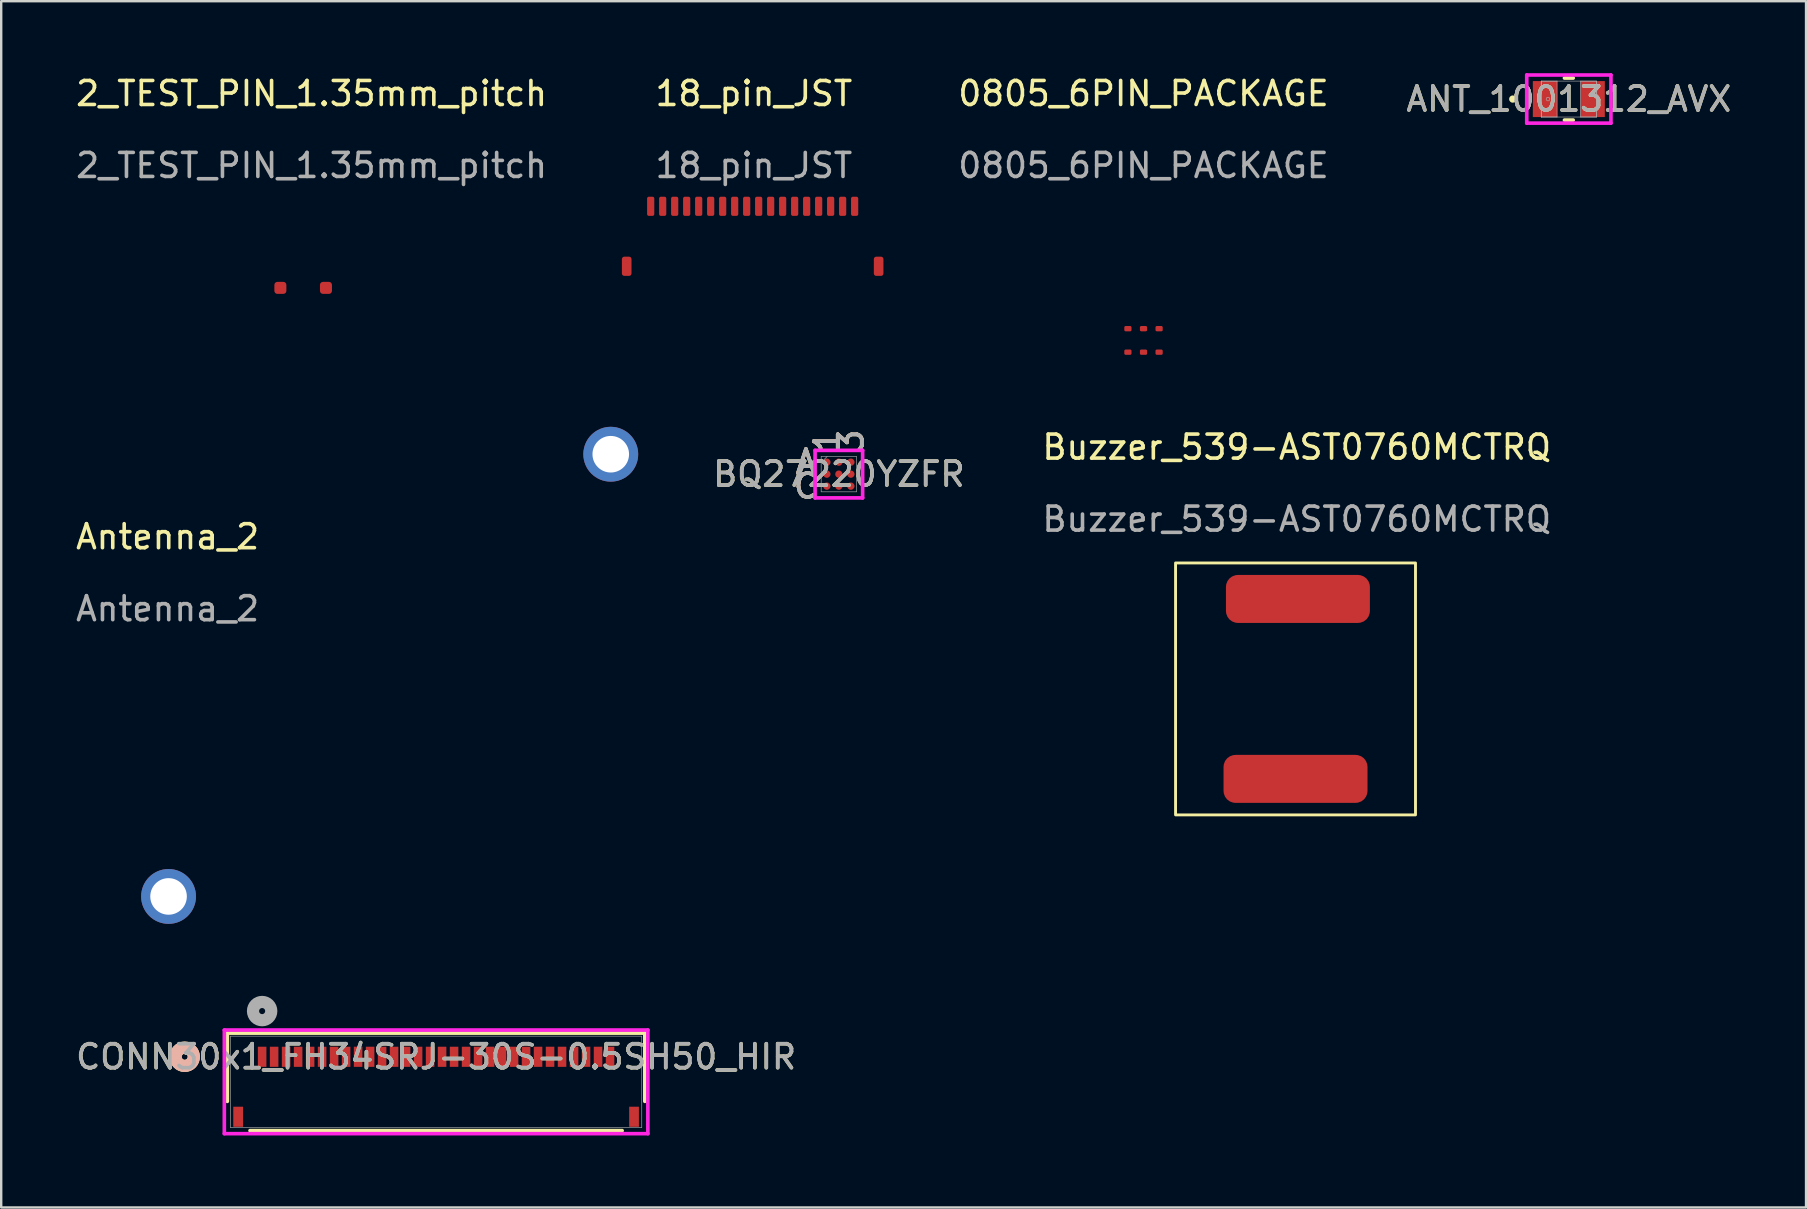
<source format=kicad_pcb>
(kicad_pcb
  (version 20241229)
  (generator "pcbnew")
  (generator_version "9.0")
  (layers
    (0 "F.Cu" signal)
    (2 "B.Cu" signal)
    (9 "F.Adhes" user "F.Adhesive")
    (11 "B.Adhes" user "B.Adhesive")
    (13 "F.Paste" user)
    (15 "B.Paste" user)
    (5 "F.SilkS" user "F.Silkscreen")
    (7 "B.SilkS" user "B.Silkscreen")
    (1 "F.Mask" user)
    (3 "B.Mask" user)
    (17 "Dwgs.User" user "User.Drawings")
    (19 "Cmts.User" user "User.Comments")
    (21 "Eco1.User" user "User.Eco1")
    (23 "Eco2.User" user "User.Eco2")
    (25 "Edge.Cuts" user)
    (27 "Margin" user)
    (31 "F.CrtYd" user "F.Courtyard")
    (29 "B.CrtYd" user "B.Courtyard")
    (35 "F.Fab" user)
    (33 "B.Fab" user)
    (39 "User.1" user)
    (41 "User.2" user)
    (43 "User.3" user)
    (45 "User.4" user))
  (footprint "Buzzer_539-AST0760MCTRQ"
    (layer "F.Cu")
    (at 50.944 25.912)
    (property "Reference" "Buzzer_539-AST0760MCTRQ" (at 0.05 -10.325 0) (unlocked yes) (layer "F.SilkS") (effects (font (size 1 1) (thickness 0.15))))
    (attr smd)
    (fp_rect (start -5 -5.5) (end 5 5) (stroke (width 0.12) (type default)) (fill no) (layer "F.SilkS"))
    (fp_text user "${REFERENCE}" (at 0.05 -7.325 0) (unlocked yes) (layer "F.Fab") (effects (font (size 1 1) (thickness 0.15))))
    (pad "1" smd roundrect (at 0.1 -4) (size 6 2) (layers "F.Cu" "F.Mask" "F.Paste") (roundrect_rratio 0.25))
    (pad "2" smd roundrect (at 0 3.5) (size 6 2) (layers "F.Cu" "F.Mask" "F.Paste") (roundrect_rratio 0.25)))
  (footprint "Antenna_2"
    (layer "F.Cu")
    (at 3.975 34.311)
    (property "Reference" "Antenna_2" (at -0.04 -14.99 0) (unlocked yes) (layer "F.SilkS") (effects (font (size 1 1) (thickness 0.15))))
    (attr through_hole)
    (fp_text user "${REFERENCE}" (at -0.04 -11.99 0) (unlocked yes) (layer "F.Fab") (effects (font (size 1 1) (thickness 0.15))))
    (pad "1" thru_hole circle (at 18.43 -18.43) (size 2.286 2.286) (drill 1.524) (layers "*.Cu" "*.Mask"))
    (pad "2" thru_hole circle (at 0 0) (size 2.286 2.286) (drill 1.524) (layers "*.Cu" "*.Mask")))
  (footprint "CONN30x1_FH34SRJ-30S-0.5SH50_HIR"
    (layer "F.Cu")
    (at 15.125 42.039)
    (property "Reference" "CONN30x1_FH34SRJ-30S-0.5SH50_HIR" (at 0 -1.045 0) (unlocked yes) (layer "F.SilkS") (effects (font (size 1 1) (thickness 0.15))))
    (attr smd)
    (fp_line (start -8.7 -2.032) (end -8.7 0.812) (stroke (width 0.152) (type solid)) (layer "F.SilkS"))
    (fp_line (start -7.754 2.032) (end 7.754 2.032) (stroke (width 0.152) (type solid)) (layer "F.SilkS"))
    (fp_line (start 8.7 -2.032) (end -8.7 -2.032) (stroke (width 0.152) (type solid)) (layer "F.SilkS"))
    (fp_line (start 8.7 0.812) (end 8.7 -2.032) (stroke (width 0.152) (type solid)) (layer "F.SilkS"))
    (fp_circle (center -10.477 -1.045) (end -10.097 -1.045) (stroke (width 0.508) (type solid)) (fill no) (layer "F.SilkS"))
    (fp_circle (center -10.477 -1.045) (end -10.097 -1.045) (stroke (width 0.508) (type solid)) (fill no) (layer "B.SilkS"))
    (fp_line (start -8.826 -2.159) (end -8.826 2.159) (stroke (width 0.152) (type solid)) (layer "F.CrtYd"))
    (fp_line (start -8.826 2.159) (end 8.826 2.159) (stroke (width 0.152) (type solid)) (layer "F.CrtYd"))
    (fp_line (start 8.826 -2.159) (end -8.826 -2.159) (stroke (width 0.152) (type solid)) (layer "F.CrtYd"))
    (fp_line (start 8.826 2.159) (end 8.826 -2.159) (stroke (width 0.152) (type solid)) (layer "F.CrtYd"))
    (fp_line (start -8.572 -1.905) (end -8.572 1.905) (stroke (width 0.025) (type solid)) (layer "F.Fab"))
    (fp_line (start -8.572 1.905) (end 8.572 1.905) (stroke (width 0.025) (type solid)) (layer "F.Fab"))
    (fp_line (start 8.572 -1.905) (end -8.572 -1.905) (stroke (width 0.025) (type solid)) (layer "F.Fab"))
    (fp_line (start 8.572 1.905) (end 8.572 -1.905) (stroke (width 0.025) (type solid)) (layer "F.Fab"))
    (fp_circle (center -7.25 -2.95) (end -6.869 -2.95) (stroke (width 0.508) (type solid)) (fill no) (layer "F.Fab"))
    (fp_text user "${REFERENCE}" (at 0 -1.045 0) (unlocked yes) (layer "F.Fab") (effects (font (size 1 1) (thickness 0.15))))
    (pad "1" smd rect (at -7.25 -1.045) (size 0.356 0.838) (layers "F.Cu" "F.Mask" "F.Paste"))
    (pad "2" smd rect (at -6.75 -1.045) (size 0.356 0.838) (layers "F.Cu" "F.Mask" "F.Paste"))
    (pad "3" smd rect (at -6.25 -1.045) (size 0.356 0.838) (layers "F.Cu" "F.Mask" "F.Paste"))
    (pad "4" smd rect (at -5.75 -1.045) (size 0.356 0.838) (layers "F.Cu" "F.Mask" "F.Paste"))
    (pad "5" smd rect (at -5.25 -1.045) (size 0.356 0.838) (layers "F.Cu" "F.Mask" "F.Paste"))
    (pad "6" smd rect (at -4.75 -1.045) (size 0.356 0.838) (layers "F.Cu" "F.Mask" "F.Paste"))
    (pad "7" smd rect (at -4.25 -1.045) (size 0.356 0.838) (layers "F.Cu" "F.Mask" "F.Paste"))
    (pad "8" smd rect (at -3.75 -1.045) (size 0.356 0.838) (layers "F.Cu" "F.Mask" "F.Paste"))
    (pad "9" smd rect (at -3.25 -1.045) (size 0.356 0.838) (layers "F.Cu" "F.Mask" "F.Paste"))
    (pad "10" smd rect (at -2.75 -1.045) (size 0.356 0.838) (layers "F.Cu" "F.Mask" "F.Paste"))
    (pad "11" smd rect (at -2.25 -1.045) (size 0.356 0.838) (layers "F.Cu" "F.Mask" "F.Paste"))
    (pad "12" smd rect (at -1.75 -1.045) (size 0.356 0.838) (layers "F.Cu" "F.Mask" "F.Paste"))
    (pad "13" smd rect (at -1.25 -1.045) (size 0.356 0.838) (layers "F.Cu" "F.Mask" "F.Paste"))
    (pad "14" smd rect (at -0.75 -1.045) (size 0.356 0.838) (layers "F.Cu" "F.Mask" "F.Paste"))
    (pad "15" smd rect (at -0.25 -1.045) (size 0.356 0.838) (layers "F.Cu" "F.Mask" "F.Paste"))
    (pad "16" smd rect (at 0.25 -1.045) (size 0.356 0.838) (layers "F.Cu" "F.Mask" "F.Paste"))
    (pad "17" smd rect (at 0.75 -1.045) (size 0.356 0.838) (layers "F.Cu" "F.Mask" "F.Paste"))
    (pad "18" smd rect (at 1.25 -1.045) (size 0.356 0.838) (layers "F.Cu" "F.Mask" "F.Paste"))
    (pad "19" smd rect (at 1.75 -1.045) (size 0.356 0.838) (layers "F.Cu" "F.Mask" "F.Paste"))
    (pad "20" smd rect (at 2.25 -1.045) (size 0.356 0.838) (layers "F.Cu" "F.Mask" "F.Paste"))
    (pad "21" smd rect (at 2.75 -1.045) (size 0.356 0.838) (layers "F.Cu" "F.Mask" "F.Paste"))
    (pad "22" smd rect (at 3.25 -1.045) (size 0.356 0.838) (layers "F.Cu" "F.Mask" "F.Paste"))
    (pad "23" smd rect (at 3.75 -1.045) (size 0.356 0.838) (layers "F.Cu" "F.Mask" "F.Paste"))
    (pad "24" smd rect (at 4.25 -1.045) (size 0.356 0.838) (layers "F.Cu" "F.Mask" "F.Paste"))
    (pad "25" smd rect (at 4.75 -1.045) (size 0.356 0.838) (layers "F.Cu" "F.Mask" "F.Paste"))
    (pad "26" smd rect (at 5.25 -1.045) (size 0.356 0.838) (layers "F.Cu" "F.Mask" "F.Paste"))
    (pad "27" smd rect (at 5.75 -1.045) (size 0.356 0.838) (layers "F.Cu" "F.Mask" "F.Paste"))
    (pad "28" smd rect (at 6.25 -1.045) (size 0.356 0.838) (layers "F.Cu" "F.Mask" "F.Paste"))
    (pad "29" smd rect (at 6.75 -1.045) (size 0.356 0.838) (layers "F.Cu" "F.Mask" "F.Paste"))
    (pad "30" smd rect (at 7.25 -1.045) (size 0.356 0.838) (layers "F.Cu" "F.Mask" "F.Paste"))
    (pad "31" smd rect (at -8.25 1.455) (size 0.406 0.838) (layers "F.Cu" "F.Mask" "F.Paste"))
    (pad "32" smd rect (at 8.25 1.455) (size 0.406 0.838) (layers "F.Cu" "F.Mask" "F.Paste")))
  (footprint "18_pin_JST"
    (layer "F.Cu")
    (at 28.569 5.148)
    (property "Reference" "18_pin_JST" (at -0.2 -4.3 0) (unlocked yes) (layer "F.SilkS") (effects (font (size 1 1) (thickness 0.15))))
    (attr smd)
    (fp_text user "${REFERENCE}" (at -0.2 -1.3 0) (unlocked yes) (layer "F.Fab") (effects (font (size 1 1) (thickness 0.15))))
    (pad "1" smd roundrect (at 4 0.4) (size 0.3 0.8) (layers "F.Cu" "F.Mask" "F.Paste") (roundrect_rratio 0.25))
    (pad "2" smd roundrect (at 3.5 0.4) (size 0.3 0.8) (layers "F.Cu" "F.Mask" "F.Paste") (roundrect_rratio 0.25))
    (pad "3" smd roundrect (at 3 0.4) (size 0.3 0.8) (layers "F.Cu" "F.Mask" "F.Paste") (roundrect_rratio 0.25))
    (pad "4" smd roundrect (at 2.5 0.4) (size 0.3 0.8) (layers "F.Cu" "F.Mask" "F.Paste") (roundrect_rratio 0.25))
    (pad "5" smd roundrect (at 2 0.4) (size 0.3 0.8) (layers "F.Cu" "F.Mask" "F.Paste") (roundrect_rratio 0.25))
    (pad "6" smd roundrect (at 1.5 0.4) (size 0.3 0.8) (layers "F.Cu" "F.Mask" "F.Paste") (roundrect_rratio 0.25))
    (pad "7" smd roundrect (at 1 0.4) (size 0.3 0.8) (layers "F.Cu" "F.Mask" "F.Paste") (roundrect_rratio 0.25))
    (pad "8" smd roundrect (at 0.5 0.4) (size 0.3 0.8) (layers "F.Cu" "F.Mask" "F.Paste") (roundrect_rratio 0.25))
    (pad "9" smd roundrect (at 0 0.4) (size 0.3 0.8) (layers "F.Cu" "F.Mask" "F.Paste") (roundrect_rratio 0.25))
    (pad "10" smd roundrect (at -0.5 0.4) (size 0.3 0.8) (layers "F.Cu" "F.Mask" "F.Paste") (roundrect_rratio 0.25))
    (pad "11" smd roundrect (at -1 0.4) (size 0.3 0.8) (layers "F.Cu" "F.Mask" "F.Paste") (roundrect_rratio 0.25))
    (pad "12" smd roundrect (at -1.5 0.4) (size 0.3 0.8) (layers "F.Cu" "F.Mask" "F.Paste") (roundrect_rratio 0.25))
    (pad "13" smd roundrect (at -2 0.4) (size 0.3 0.8) (layers "F.Cu" "F.Mask" "F.Paste") (roundrect_rratio 0.25))
    (pad "14" smd roundrect (at -2.5 0.4) (size 0.3 0.8) (layers "F.Cu" "F.Mask" "F.Paste") (roundrect_rratio 0.25))
    (pad "15" smd roundrect (at -3 0.4) (size 0.3 0.8) (layers "F.Cu" "F.Mask" "F.Paste") (roundrect_rratio 0.25))
    (pad "16" smd roundrect (at -3.5 0.4) (size 0.3 0.8) (layers "F.Cu" "F.Mask" "F.Paste") (roundrect_rratio 0.25))
    (pad "17" smd roundrect (at -4 0.4) (size 0.3 0.8) (layers "F.Cu" "F.Mask" "F.Paste") (roundrect_rratio 0.25))
    (pad "18" smd roundrect (at -4.5 0.4) (size 0.3 0.8) (layers "F.Cu" "F.Mask" "F.Paste") (roundrect_rratio 0.25))
    (pad "MP1" smd roundrect (at 5 2.9) (size 0.4 0.8) (layers "F.Cu" "F.Mask" "F.Paste") (roundrect_rratio 0.25))
    (pad "MP2" smd roundrect (at -5.5 2.9) (size 0.4 0.8) (layers "F.Cu" "F.Mask" "F.Paste") (roundrect_rratio 0.25)))
  (footprint "2_TEST_PIN_1.35mm_pitch"
    (layer "F.Cu")
    (at 9.635 8.948)
    (property "Reference" "2_TEST_PIN_1.35mm_pitch" (at 0.3 -8.1 0) (unlocked yes) (layer "F.SilkS") (effects (font (size 1 1) (thickness 0.15))))
    (attr smd)
    (fp_text user "${REFERENCE}" (at 0.3 -5.1 0) (unlocked yes) (layer "F.Fab") (effects (font (size 1 1) (thickness 0.15))))
    (pad "1" smd roundrect (at -1 0) (size 0.5 0.5) (layers "F.Cu" "F.Mask" "F.Paste") (roundrect_rratio 0.25))
    (pad "2" smd roundrect (at 0.9 0) (size 0.5 0.5) (layers "F.Cu" "F.Mask" "F.Paste") (roundrect_rratio 0.25)))
  (footprint "ANT_1001312_AVX"
    (layer "F.Cu")
    (at 62.335 1.079)
    (property "Reference" "ANT_1001312_AVX" (at 0 0 0) (unlocked yes) (layer "F.SilkS") (effects (font (size 1 1) (thickness 0.15))))
    (attr smd)
    (fp_line (start -0.182 0.876) (end 0.182 0.876) (stroke (width 0.152) (type solid)) (layer "F.SilkS"))
    (fp_line (start 0.182 -0.876) (end -0.182 -0.876) (stroke (width 0.152) (type solid)) (layer "F.SilkS"))
    (fp_circle (center -2.338 0) (end -2.262 0) (stroke (width 0.152) (type solid)) (fill no) (layer "F.SilkS"))
    (fp_line (start -1.754 -1.003) (end 1.754 -1.003) (stroke (width 0.152) (type solid)) (layer "F.CrtYd"))
    (fp_line (start -1.754 1.003) (end -1.754 -1.003) (stroke (width 0.152) (type solid)) (layer "F.CrtYd"))
    (fp_line (start 1.754 -1.003) (end 1.754 1.003) (stroke (width 0.152) (type solid)) (layer "F.CrtYd"))
    (fp_line (start 1.754 1.003) (end -1.754 1.003) (stroke (width 0.152) (type solid)) (layer "F.CrtYd"))
    (fp_line (start -1.15 -0.749) (end -1.15 0.749) (stroke (width 0.025) (type solid)) (layer "F.Fab"))
    (fp_line (start -1.15 -0.749) (end -1.15 0.749) (stroke (width 0.025) (type solid)) (layer "F.Fab"))
    (fp_line (start -1.15 0.749) (end -0.49 0.749) (stroke (width 0.025) (type solid)) (layer "F.Fab"))
    (fp_line (start -1.15 0.749) (end 1.15 0.749) (stroke (width 0.025) (type solid)) (layer "F.Fab"))
    (fp_line (start -0.49 -0.749) (end -1.15 -0.749) (stroke (width 0.025) (type solid)) (layer "F.Fab"))
    (fp_line (start -0.49 0.749) (end -0.49 -0.749) (stroke (width 0.025) (type solid)) (layer "F.Fab"))
    (fp_line (start 0.49 -0.749) (end 0.49 0.749) (stroke (width 0.025) (type solid)) (layer "F.Fab"))
    (fp_line (start 0.49 0.749) (end 1.15 0.749) (stroke (width 0.025) (type solid)) (layer "F.Fab"))
    (fp_line (start 1.15 -0.749) (end -1.15 -0.749) (stroke (width 0.025) (type solid)) (layer "F.Fab"))
    (fp_line (start 1.15 -0.749) (end 0.49 -0.749) (stroke (width 0.025) (type solid)) (layer "F.Fab"))
    (fp_line (start 1.15 0.749) (end 1.15 -0.749) (stroke (width 0.025) (type solid)) (layer "F.Fab"))
    (fp_line (start 1.15 0.749) (end 1.15 -0.749) (stroke (width 0.025) (type solid)) (layer "F.Fab"))
    (fp_circle (center -0.868 0) (end -0.792 0) (stroke (width 0.025) (type solid)) (fill no) (layer "F.Fab"))
    (fp_text user "${REFERENCE}" (at 0 0 0) (unlocked yes) (layer "F.Fab") (effects (font (size 1 1) (thickness 0.15))))
    (pad "1" smd rect (at -0.995 0) (size 1.01 1.499) (layers "F.Cu" "F.Mask" "F.Paste"))
    (pad "2" smd rect (at 0.995 0) (size 1.01 1.499) (layers "F.Cu" "F.Mask" "F.Paste"))
    (zone (net_name "") (layer "F.Cu") (hatch full 0.508) (connect_pads) (min_thickness 0.254) (filled_areas_thickness no) (keepout (tracks not_allowed) (vias not_allowed) (pads allowed) (copperpour not_allowed) (footprints allowed)) (placement (enabled no)) (fill) (polygon (pts (xy 61.896 0.381) (xy 62.773 0.381) (xy 62.773 1.778) (xy 61.896 1.778)))))
  (footprint "0805_6PIN_PACKAGE"
    (layer "F.Cu")
    (at 44.608 10.648)
    (property "Reference" "0805_6PIN_PACKAGE" (at 0 -9.8 0) (unlocked yes) (layer "F.SilkS") (effects (font (size 1 1) (thickness 0.15))))
    (attr smd)
    (fp_text user "${REFERENCE}" (at 0 -6.8 0) (unlocked yes) (layer "F.Fab") (effects (font (size 1 1) (thickness 0.15))))
    (pad "1" smd roundrect (at -0.65 0) (size 0.3 0.22) (layers "F.Cu" "F.Mask" "F.Paste") (roundrect_rratio 0.25))
    (pad "2" smd roundrect (at 0 0) (size 0.3 0.22) (layers "F.Cu" "F.Mask" "F.Paste") (roundrect_rratio 0.25))
    (pad "3" smd roundrect (at 0.65 0) (size 0.3 0.22) (layers "F.Cu" "F.Mask" "F.Paste") (roundrect_rratio 0.25))
    (pad "4" smd roundrect (at 0.65 0.98) (size 0.3 0.22) (layers "F.Cu" "F.Mask" "F.Paste") (roundrect_rratio 0.25))
    (pad "5" smd roundrect (at 0 0.98) (size 0.3 0.22) (layers "F.Cu" "F.Mask" "F.Paste") (roundrect_rratio 0.25))
    (pad "6" smd roundrect (at -0.65 0.98) (size 0.3 0.22) (layers "F.Cu" "F.Mask" "F.Paste") (roundrect_rratio 0.25)))
  (footprint "BQ27220YZFR"
    (layer "F.Cu")
    (at 31.911 16.711)
    (property "Reference" "BQ27220YZFR" (at 0 0 0) (unlocked yes) (layer "F.SilkS") (effects (font (size 1 1) (thickness 0.15))))
    (attr smd)
    (fp_poly (pts (xy -1.194 -1.194) (xy 1.194 -1.194) (xy 1.194 1.194) (xy -1.194 1.194)) (stroke (width 0.1) (type solid)) (fill no) (layer "Eco2.User"))
    (fp_line (start -0.991 -0.991) (end 0.991 -0.991) (stroke (width 0.152) (type solid)) (layer "F.CrtYd"))
    (fp_line (start -0.991 0.991) (end -0.991 -0.991) (stroke (width 0.152) (type solid)) (layer "F.CrtYd"))
    (fp_line (start 0.991 -0.991) (end 0.991 0.991) (stroke (width 0.152) (type solid)) (layer "F.CrtYd"))
    (fp_line (start 0.991 0.991) (end -0.991 0.991) (stroke (width 0.152) (type solid)) (layer "F.CrtYd"))
    (fp_line (start -0.737 -0.737) (end -0.737 0.737) (stroke (width 0.025) (type solid)) (layer "F.Fab"))
    (fp_line (start -0.737 0.737) (end 0.737 0.737) (stroke (width 0.025) (type solid)) (layer "F.Fab"))
    (fp_line (start -0.487 -0.737) (end -0.737 -0.487) (stroke (width 0.025) (type solid)) (layer "F.Fab"))
    (fp_line (start 0.737 -0.737) (end -0.737 -0.737) (stroke (width 0.025) (type solid)) (layer "F.Fab"))
    (fp_line (start 0.737 0.737) (end 0.737 -0.737) (stroke (width 0.025) (type solid)) (layer "F.Fab"))
    (fp_text user "C" (at -1.372 0.5 0) (unlocked yes) (layer "F.SilkS") (effects (font (size 1 1) (thickness 0.15))))
    (fp_text user "3" (at 0.5 -1.372 90) (unlocked yes) (layer "F.SilkS") (effects (font (size 1 1) (thickness 0.15))))
    (fp_text user "A" (at -1.372 -0.5 0) (unlocked yes) (layer "F.SilkS") (effects (font (size 1 1) (thickness 0.15))))
    (fp_text user "1" (at -0.5 -1.372 90) (unlocked yes) (layer "F.SilkS") (effects (font (size 1 1) (thickness 0.15))))
    (fp_text user "3" (at 0.5 -1.372 90) (unlocked yes) (layer "B.SilkS") (effects (font (size 1 1) (thickness 0.15))))
    (fp_text user "A" (at -1.372 -0.5 0) (unlocked yes) (layer "B.SilkS") (effects (font (size 1 1) (thickness 0.15))))
    (fp_text user "1" (at -0.5 -1.372 90) (unlocked yes) (layer "B.SilkS") (effects (font (size 1 1) (thickness 0.15))))
    (fp_text user "C" (at -1.372 0.5 0) (unlocked yes) (layer "B.SilkS") (effects (font (size 1 1) (thickness 0.15))))
    (fp_text user "A" (at -1.372 -0.5 0) (unlocked yes) (layer "F.Fab") (effects (font (size 1 1) (thickness 0.15))))
    (fp_text user "1" (at -0.5 -1.372 90) (unlocked yes) (layer "F.Fab") (effects (font (size 1 1) (thickness 0.15))))
    (fp_text user "3" (at 0.5 -1.372 90) (unlocked yes) (layer "F.Fab") (effects (font (size 1 1) (thickness 0.15))))
    (fp_text user "${REFERENCE}" (at 0 0 0) (unlocked yes) (layer "F.Fab") (effects (font (size 1 1) (thickness 0.15))))
    (fp_text user "C" (at -1.372 0.5 0) (unlocked yes) (layer "F.Fab") (effects (font (size 1 1) (thickness 0.15))))
    (pad "A1" smd circle (at -0.5 -0.5) (size 0.305 0.305) (layers "F.Cu" "F.Mask" "F.Paste"))
    (pad "A2" smd circle (at 0 -0.5) (size 0.305 0.305) (layers "F.Cu" "F.Mask" "F.Paste"))
    (pad "A3" smd circle (at 0.5 -0.5) (size 0.305 0.305) (layers "F.Cu" "F.Mask" "F.Paste"))
    (pad "B1" smd circle (at -0.5 0) (size 0.305 0.305) (layers "F.Cu" "F.Mask" "F.Paste"))
    (pad "B2" smd circle (at 0 0) (size 0.305 0.305) (layers "F.Cu" "F.Mask" "F.Paste"))
    (pad "B3" smd circle (at 0.5 0) (size 0.305 0.305) (layers "F.Cu" "F.Mask" "F.Paste"))
    (pad "C1" smd circle (at -0.5 0.5) (size 0.305 0.305) (layers "F.Cu" "F.Mask" "F.Paste"))
    (pad "C2" smd circle (at 0 0.5) (size 0.305 0.305) (layers "F.Cu" "F.Mask" "F.Paste"))
    (pad "C3" smd circle (at 0.5 0.5) (size 0.305 0.305) (layers "F.Cu" "F.Mask" "F.Paste")))
  (gr_rect
    (start -3 -3)
    (end 72.221 47.274)
    (stroke (width 0.1) (type default))
    (fill no)
    (layer "Edge.Cuts")))
</source>
